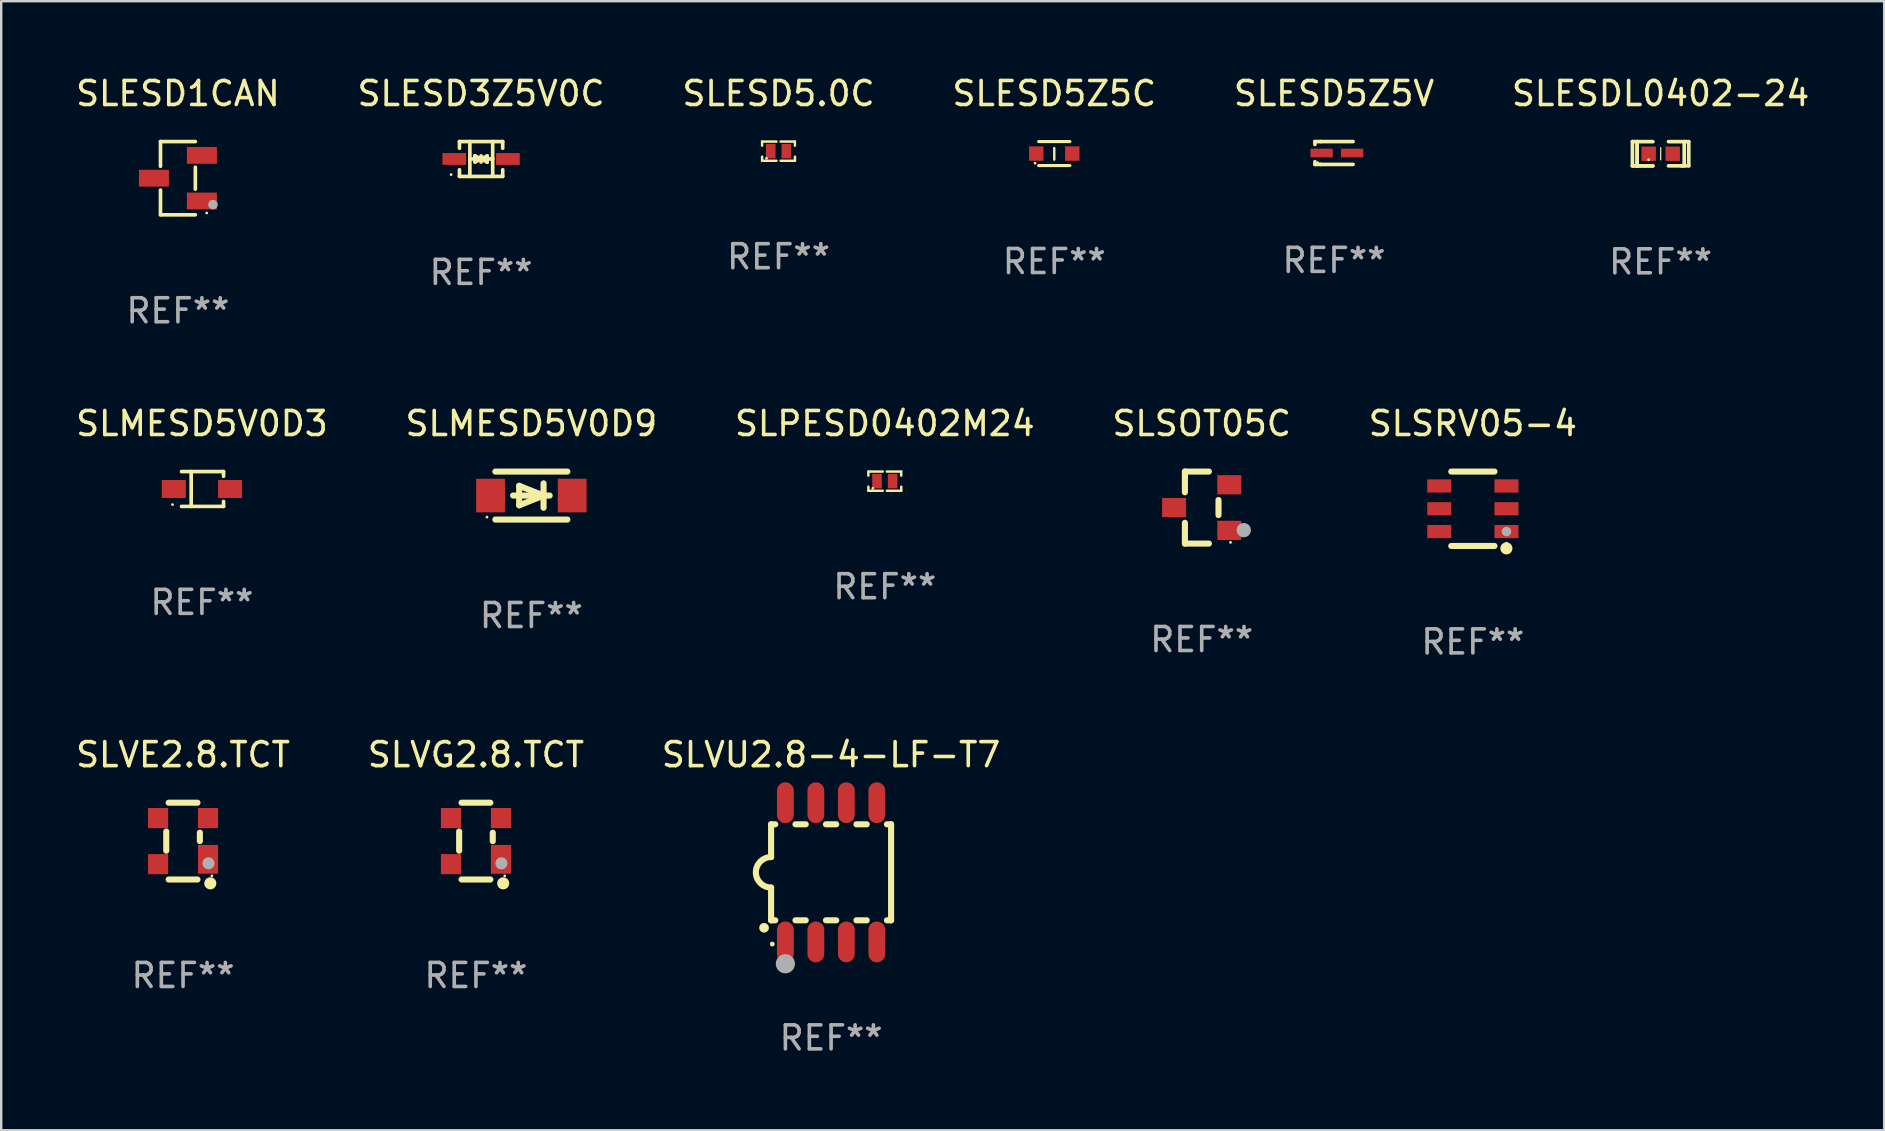
<source format=kicad_pcb>
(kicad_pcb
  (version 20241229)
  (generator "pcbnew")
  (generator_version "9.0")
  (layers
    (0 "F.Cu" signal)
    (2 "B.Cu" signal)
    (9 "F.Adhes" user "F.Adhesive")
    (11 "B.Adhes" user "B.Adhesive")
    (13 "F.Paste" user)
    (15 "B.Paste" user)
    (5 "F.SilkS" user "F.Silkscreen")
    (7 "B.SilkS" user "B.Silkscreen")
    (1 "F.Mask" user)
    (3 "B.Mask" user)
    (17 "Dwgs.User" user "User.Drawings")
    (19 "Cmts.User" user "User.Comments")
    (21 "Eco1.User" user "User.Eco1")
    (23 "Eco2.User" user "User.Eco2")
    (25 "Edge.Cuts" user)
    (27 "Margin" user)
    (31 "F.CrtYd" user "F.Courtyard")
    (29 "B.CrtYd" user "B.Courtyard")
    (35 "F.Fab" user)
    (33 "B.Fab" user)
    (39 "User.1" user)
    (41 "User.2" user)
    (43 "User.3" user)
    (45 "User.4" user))
  (footprint "SLSOT05C"
    (layer "F.Cu")
    (at 47.018 18.097)
    (property "Reference" "SLSOT05C" (at 0 -3.5 0) (layer "F.SilkS") (effects (font (size 1 1) (thickness 0.15))))
    (attr through_hole)
    (fp_line (start -0.7 -1.5) (end 0.3 -1.5) (stroke (width 0.254) (type solid)) (layer "F.SilkS"))
    (fp_line (start -0.7 -0.636) (end -0.7 -1.5) (stroke (width 0.254) (type solid)) (layer "F.SilkS"))
    (fp_line (start -0.7 1.5) (end -0.7 0.636) (stroke (width 0.254) (type solid)) (layer "F.SilkS"))
    (fp_line (start -0.7 1.5) (end 0.3 1.5) (stroke (width 0.254) (type solid)) (layer "F.SilkS"))
    (fp_line (start 0.7 0.314) (end 0.7 -0.314) (stroke (width 0.254) (type solid)) (layer "F.SilkS"))
    (fp_circle (center 1.2 1.45) (end 1.23 1.45) (stroke (width 0.06) (type solid)) (fill no) (layer "F.SilkS"))
    (fp_circle (center 1.753 0.94) (end 1.903 0.94) (stroke (width 0.3) (type solid)) (fill no) (layer "F.Fab"))
    (fp_text user "REF**" (at 0 5.5 0) (layer "F.Fab") (effects (font (size 1 1) (thickness 0.15))))
    (pad "1" smd rect (at 1.15 0.95 180) (size 1 0.8) (layers "F.Cu" "F.Mask" "F.Paste"))
    (pad "2" smd rect (at 1.15 -0.95 180) (size 1 0.8) (layers "F.Cu" "F.Mask" "F.Paste"))
    (pad "3" smd rect (at -1.15 -0.000051 180) (size 1 0.8) (layers "F.Cu" "F.Mask" "F.Paste")))
  (footprint "SLESD3Z5V0C"
    (layer "F.Cu")
    (at 16.994 3.574)
    (property "Reference" "SLESD3Z5V0C" (at 0 -2.726 0) (layer "F.SilkS") (effects (font (size 1 1) (thickness 0.15))))
    (attr through_hole)
    (fp_line (start -0.901 -0.726) (end -0.901 -0.448) (stroke (width 0.152) (type solid)) (layer "F.SilkS"))
    (fp_line (start -0.901 0.726) (end -0.901 0.448) (stroke (width 0.152) (type solid)) (layer "F.SilkS"))
    (fp_line (start -0.467 0) (end 0.483 -0.003) (stroke (width 0.154) (type solid)) (layer "F.SilkS"))
    (fp_line (start -0.467 0.726) (end -0.467 -0.726) (stroke (width 0.152) (type solid)) (layer "F.SilkS"))
    (fp_line (start -0.254 -0.127) (end -0.254 -0.127) (stroke (width 0.154) (type solid)) (layer "F.SilkS"))
    (fp_line (start -0.254 -0.127) (end -0.002 -0.003) (stroke (width 0.154) (type solid)) (layer "F.SilkS"))
    (fp_line (start -0.254 0.127) (end -0.254 -0.127) (stroke (width 0.154) (type solid)) (layer "F.SilkS"))
    (fp_line (start -0.127 0) (end 0.003 0) (stroke (width 0.154) (type solid)) (layer "F.SilkS"))
    (fp_line (start -0.003 0) (end -0.254 0.127) (stroke (width 0.154) (type solid)) (layer "F.SilkS"))
    (fp_line (start 0 -0.127) (end 0 0.127) (stroke (width 0.154) (type solid)) (layer "F.SilkS"))
    (fp_line (start 0.003 0) (end 0.254 -0.127) (stroke (width 0.154) (type solid)) (layer "F.SilkS"))
    (fp_line (start 0.127 0) (end -0.003 0) (stroke (width 0.154) (type solid)) (layer "F.SilkS"))
    (fp_line (start 0.254 -0.127) (end 0.254 0.127) (stroke (width 0.154) (type solid)) (layer "F.SilkS"))
    (fp_line (start 0.254 0.127) (end 0.002 0.003) (stroke (width 0.154) (type solid)) (layer "F.SilkS"))
    (fp_line (start 0.254 0.127) (end 0.254 0.127) (stroke (width 0.154) (type solid)) (layer "F.SilkS"))
    (fp_line (start 0.483 0.726) (end 0.483 -0.726) (stroke (width 0.152) (type solid)) (layer "F.SilkS"))
    (fp_line (start 0.901 -0.726) (end -0.901 -0.726) (stroke (width 0.152) (type solid)) (layer "F.SilkS"))
    (fp_line (start 0.901 -0.726) (end 0.901 -0.448) (stroke (width 0.152) (type solid)) (layer "F.SilkS"))
    (fp_line (start 0.901 0.726) (end -0.901 0.726) (stroke (width 0.152) (type solid)) (layer "F.SilkS"))
    (fp_line (start 0.901 0.726) (end 0.901 0.448) (stroke (width 0.152) (type solid)) (layer "F.SilkS"))
    (fp_circle (center -1.25 0.65) (end -1.22 0.65) (stroke (width 0.06) (type solid)) (fill no) (layer "F.SilkS"))
    (fp_text user "REF**" (at 0 4.726 0) (layer "F.Fab") (effects (font (size 1 1) (thickness 0.15))))
    (pad "1" smd rect (at -1.118 0) (size 0.985 0.49) (layers "F.Cu" "F.Mask" "F.Paste"))
    (pad "2" smd rect (at 1.118 0) (size 0.985 0.49) (layers "F.Cu" "F.Mask" "F.Paste")))
  (footprint "SLMESD5V0D9"
    (layer "F.Cu")
    (at 19.089 17.597)
    (property "Reference" "SLMESD5V0D9" (at 0 -3 0) (layer "F.SilkS") (effects (font (size 1 1) (thickness 0.15))))
    (attr through_hole)
    (fp_line (start -1.5 -1) (end 1.5 -1) (stroke (width 0.254) (type solid)) (layer "F.SilkS"))
    (fp_line (start -1.5 1) (end 1.5 1) (stroke (width 0.254) (type solid)) (layer "F.SilkS"))
    (fp_line (start -0.508 -0.406) (end 0.508 0) (stroke (width 0.254) (type solid)) (layer "F.SilkS"))
    (fp_line (start -0.508 0.406) (end -0.508 -0.406) (stroke (width 0.254) (type solid)) (layer "F.SilkS"))
    (fp_line (start 0.508 0) (end -0.508 0.406) (stroke (width 0.254) (type solid)) (layer "F.SilkS"))
    (fp_line (start 0.508 0.508) (end 0.508 -0.508) (stroke (width 0.254) (type solid)) (layer "F.SilkS"))
    (fp_line (start 0.762 0) (end -0.762 0) (stroke (width 0.254) (type solid)) (layer "F.SilkS"))
    (fp_circle (center -1.85 0.9) (end -1.82 0.9) (stroke (width 0.06) (type solid)) (fill no) (layer "F.SilkS"))
    (fp_text user "REF**" (at 0 5 0) (layer "F.Fab") (effects (font (size 1 1) (thickness 0.15))))
    (pad "1" smd rect (at -1.7 0) (size 1.2 1.4) (layers "F.Cu" "F.Mask" "F.Paste"))
    (pad "2" smd rect (at 1.7 0) (size 1.2 1.4) (layers "F.Cu" "F.Mask" "F.Paste")))
  (footprint "SLVU2.8-4-LF-T7"
    (layer "F.Cu")
    (at 31.577 33.294)
    (property "Reference" "SLVU2.8-4-LF-T7" (at 0 -4.9 0) (layer "F.SilkS") (effects (font (size 1 1) (thickness 0.15))))
    (attr through_hole)
    (fp_line (start -2.5 -2) (end -2.5 -0.635) (stroke (width 0.254) (type solid)) (layer "F.SilkS"))
    (fp_line (start -2.5 -2) (end -2.326 -2) (stroke (width 0.254) (type solid)) (layer "F.SilkS"))
    (fp_line (start -2.5 2) (end -2.5 0.635) (stroke (width 0.254) (type solid)) (layer "F.SilkS"))
    (fp_line (start -2.5 2) (end -2.326 2) (stroke (width 0.254) (type solid)) (layer "F.SilkS"))
    (fp_line (start -1.484 -2) (end -1.056 -2) (stroke (width 0.254) (type solid)) (layer "F.SilkS"))
    (fp_line (start -1.484 2) (end -1.056 2) (stroke (width 0.254) (type solid)) (layer "F.SilkS"))
    (fp_line (start -0.214 -2) (end 0.214 -2) (stroke (width 0.254) (type solid)) (layer "F.SilkS"))
    (fp_line (start -0.214 2) (end 0.214 2) (stroke (width 0.254) (type solid)) (layer "F.SilkS"))
    (fp_line (start 1.056 -2) (end 1.484 -2) (stroke (width 0.254) (type solid)) (layer "F.SilkS"))
    (fp_line (start 1.056 2) (end 1.484 2) (stroke (width 0.254) (type solid)) (layer "F.SilkS"))
    (fp_line (start 2.326 -2) (end 2.5 -2) (stroke (width 0.254) (type solid)) (layer "F.SilkS"))
    (fp_line (start 2.326 2) (end 2.5 2) (stroke (width 0.254) (type solid)) (layer "F.SilkS"))
    (fp_line (start 2.5 -2) (end 2.5 2) (stroke (width 0.254) (type solid)) (layer "F.SilkS"))
    (fp_arc (start -2.794006 2.311405) (mid -2.792736 2.311401) (end -2.791466 2.311405) (stroke (width 0.4) (type solid)) (layer "F.SilkS"))
    (fp_arc (start -2.5 0.635001) (mid -3.134366 -0.000318) (end -2.499365 -0.635001) (stroke (width 0.254001) (type solid)) (layer "F.SilkS"))
    (fp_circle (center -2.45 2.99) (end -2.4 2.99) (stroke (width 0.1) (type solid)) (fill no) (layer "F.SilkS"))
    (fp_circle (center -1.905 3.81) (end -1.705 3.81) (stroke (width 0.4) (type solid)) (fill no) (layer "F.Fab"))
    (fp_text user "REF**" (at 0 6.9 0) (layer "F.Fab") (effects (font (size 1 1) (thickness 0.15))))
    (pad "1" smd oval (at -1.905 2.9 180) (size 0.7 1.7) (layers "F.Cu" "F.Mask" "F.Paste"))
    (pad "2" smd oval (at -0.635 2.9 180) (size 0.7 1.7) (layers "F.Cu" "F.Mask" "F.Paste"))
    (pad "3" smd oval (at 0.635 2.9 180) (size 0.7 1.7) (layers "F.Cu" "F.Mask" "F.Paste"))
    (pad "4" smd oval (at 1.905 2.9 180) (size 0.7 1.7) (layers "F.Cu" "F.Mask" "F.Paste"))
    (pad "5" smd oval (at 1.905 -2.9 180) (size 0.7 1.7) (layers "F.Cu" "F.Mask" "F.Paste"))
    (pad "6" smd oval (at 0.635 -2.9 180) (size 0.7 1.7) (layers "F.Cu" "F.Mask" "F.Paste"))
    (pad "7" smd oval (at -0.635 -2.9 180) (size 0.7 1.7) (layers "F.Cu" "F.Mask" "F.Paste"))
    (pad "8" smd oval (at -1.905 -2.9 180) (size 0.7 1.7) (layers "F.Cu" "F.Mask" "F.Paste")))
  (footprint "SLSRV05-4"
    (layer "F.Cu")
    (at 58.315 18.147)
    (property "Reference" "SLSRV05-4" (at 0 -3.55 0) (layer "F.SilkS") (effects (font (size 1 1) (thickness 0.15))))
    (attr through_hole)
    (fp_line (start -0.9 -1.55) (end 0.9 -1.55) (stroke (width 0.254) (type solid)) (layer "F.SilkS"))
    (fp_line (start -0.9 1.55) (end 0.9 1.55) (stroke (width 0.254) (type solid)) (layer "F.SilkS"))
    (fp_circle (center 1.397 1.651) (end 1.524 1.651) (stroke (width 0.254) (type solid)) (fill no) (layer "F.SilkS"))
    (fp_circle (center 1.4 1.435) (end 1.43 1.435) (stroke (width 0.06) (type solid)) (fill no) (layer "F.SilkS"))
    (fp_circle (center 1.4 0.95) (end 1.5 0.95) (stroke (width 0.2) (type solid)) (fill no) (layer "F.Fab"))
    (fp_text user "REF**" (at 0 5.55 0) (layer "F.Fab") (effects (font (size 1 1) (thickness 0.15))))
    (pad "1" smd rect (at 1.4 0.95) (size 1 0.55) (layers "F.Cu" "F.Mask" "F.Paste"))
    (pad "2" smd rect (at 1.4 -0.000102) (size 1 0.55) (layers "F.Cu" "F.Mask" "F.Paste"))
    (pad "3" smd rect (at 1.4 -0.95) (size 1 0.55) (layers "F.Cu" "F.Mask" "F.Paste"))
    (pad "4" smd rect (at -1.4 -0.95) (size 1 0.55) (layers "F.Cu" "F.Mask" "F.Paste"))
    (pad "5" smd rect (at -1.4 -0.000102) (size 1 0.55) (layers "F.Cu" "F.Mask" "F.Paste"))
    (pad "6" smd rect (at -1.4 0.95) (size 1 0.55) (layers "F.Cu" "F.Mask" "F.Paste")))
  (footprint "SLESD1CAN"
    (layer "F.Cu")
    (at 4.363 4.374)
    (property "Reference" "SLESD1CAN" (at 0 -3.526 0) (layer "F.SilkS") (effects (font (size 1 1) (thickness 0.15))))
    (attr through_hole)
    (fp_line (start -0.726 -1.526) (end -0.726 -0.495) (stroke (width 0.152) (type solid)) (layer "F.SilkS"))
    (fp_line (start -0.726 1.526) (end -0.726 0.495) (stroke (width 0.152) (type solid)) (layer "F.SilkS"))
    (fp_line (start 0.726 -1.526) (end -0.726 -1.526) (stroke (width 0.152) (type solid)) (layer "F.SilkS"))
    (fp_line (start 0.726 -0.455) (end 0.726 0.455) (stroke (width 0.152) (type solid)) (layer "F.SilkS"))
    (fp_line (start 0.726 1.526) (end -0.726 1.526) (stroke (width 0.152) (type solid)) (layer "F.SilkS"))
    (fp_circle (center 1.2 1.45) (end 1.23 1.45) (stroke (width 0.06) (type solid)) (fill no) (layer "F.SilkS"))
    (fp_circle (center 1.46 1.1) (end 1.56 1.1) (stroke (width 0.2) (type solid)) (fill no) (layer "F.Fab"))
    (fp_text user "REF**" (at 0 5.526 0) (layer "F.Fab") (effects (font (size 1 1) (thickness 0.15))))
    (pad "1" smd rect (at 1 0.95) (size 1.25 0.7) (layers "F.Cu" "F.Mask" "F.Paste"))
    (pad "2" smd rect (at 1 -0.95) (size 1.25 0.7) (layers "F.Cu" "F.Mask" "F.Paste"))
    (pad "3" smd rect (at -1 0) (size 1.25 0.7) (layers "F.Cu" "F.Mask" "F.Paste")))
  (footprint "SLESD5Z5V"
    (layer "F.Cu")
    (at 52.53 3.324)
    (property "Reference" "SLESD5Z5V" (at 0 -2.476 0) (layer "F.SilkS") (effects (font (size 1 1) (thickness 0.15))))
    (attr through_hole)
    (fp_line (start -0.795 -0.476) (end -0.795 -0.356) (stroke (width 0.152) (type solid)) (layer "F.SilkS"))
    (fp_line (start -0.795 0.363) (end -0.795 0.476) (stroke (width 0.152) (type solid)) (layer "F.SilkS"))
    (fp_line (start -0.795 0.476) (end -0.557 0.476) (stroke (width 0.152) (type solid)) (layer "F.SilkS"))
    (fp_line (start -0.557 -0.476) (end -0.795 -0.476) (stroke (width 0.152) (type solid)) (layer "F.SilkS"))
    (fp_line (start -0.557 -0.476) (end 0.795 -0.476) (stroke (width 0.152) (type solid)) (layer "F.SilkS"))
    (fp_line (start -0.557 0.476) (end 0.795 0.476) (stroke (width 0.152) (type solid)) (layer "F.SilkS"))
    (fp_circle (center -0.681 0.4) (end -0.651 0.4) (stroke (width 0.06) (type solid)) (fill no) (layer "F.SilkS"))
    (fp_text user "REF**" (at 0 4.476 0) (layer "F.Fab") (effects (font (size 1 1) (thickness 0.15))))
    (pad "1" smd rect (at -0.516 0 180) (size 0.93 0.36) (layers "F.Cu" "F.Mask" "F.Paste"))
    (pad "2" smd rect (at 0.754 0 180) (size 0.93 0.36) (layers "F.Cu" "F.Mask" "F.Paste")))
  (footprint "SLESDL0402-24"
    (layer "F.Cu")
    (at 66.137 3.354)
    (property "Reference" "SLESDL0402-24" (at 0 -2.506 0) (layer "F.SilkS") (effects (font (size 1 1) (thickness 0.15))))
    (attr through_hole)
    (fp_line (start -1.174 -0.506) (end -0.977 -0.502) (stroke (width 0.152) (type solid)) (layer "F.SilkS"))
    (fp_line (start -1.174 0.506) (end -1.174 -0.506) (stroke (width 0.152) (type solid)) (layer "F.SilkS"))
    (fp_line (start -0.977 -0.502) (end -0.977 0.506) (stroke (width 0.152) (type solid)) (layer "F.SilkS"))
    (fp_line (start -0.977 -0.502) (end -0.977 0.506) (stroke (width 0.152) (type solid)) (layer "F.SilkS"))
    (fp_line (start -0.977 0.506) (end -1.166 0.506) (stroke (width 0.152) (type solid)) (layer "F.SilkS"))
    (fp_line (start -0.977 0.506) (end -0.32 0.506) (stroke (width 0.152) (type solid)) (layer "F.SilkS"))
    (fp_line (start -0.977 0.506) (end -0.32 0.506) (stroke (width 0.152) (type solid)) (layer "F.SilkS"))
    (fp_line (start -0.971 0.506) (end -1.174 0.506) (stroke (width 0.152) (type solid)) (layer "F.SilkS"))
    (fp_line (start -0.32 -0.502) (end -0.977 -0.502) (stroke (width 0.152) (type solid)) (layer "F.SilkS"))
    (fp_line (start 0.004 -0.252) (end 0.004 0.256) (stroke (width 0.051) (type solid)) (layer "F.SilkS"))
    (fp_line (start 0.328 0.506) (end 0.985 0.506) (stroke (width 0.152) (type solid)) (layer "F.SilkS"))
    (fp_line (start 0.985 -0.502) (end 0.328 -0.502) (stroke (width 0.152) (type solid)) (layer "F.SilkS"))
    (fp_line (start 0.985 -0.502) (end 1.174 -0.502) (stroke (width 0.152) (type solid)) (layer "F.SilkS"))
    (fp_line (start 0.985 0.506) (end 0.985 -0.502) (stroke (width 0.152) (type solid)) (layer "F.SilkS"))
    (fp_line (start 1.174 -0.502) (end 1.174 0.502) (stroke (width 0.152) (type solid)) (layer "F.SilkS"))
    (fp_line (start 1.174 0.502) (end 0.851 0.502) (stroke (width 0.152) (type solid)) (layer "F.SilkS"))
    (fp_circle (center -0.497 0.253) (end -0.467 0.253) (stroke (width 0.06) (type solid)) (fill no) (layer "F.SilkS"))
    (fp_text user "REF**" (at 0 4.506 0) (layer "F.Fab") (effects (font (size 1 1) (thickness 0.15))))
    (pad "1" smd rect (at -0.496 0.002) (size 0.6 0.6) (layers "F.Cu" "F.Mask" "F.Paste"))
    (pad "2" smd rect (at 0.504 0.002) (size 0.6 0.6) (layers "F.Cu" "F.Mask" "F.Paste")))
  (footprint "SLESD5.0C"
    (layer "F.Cu")
    (at 29.387 3.248)
    (property "Reference" "SLESD5.0C" (at 0 -2.4 0) (layer "F.SilkS") (effects (font (size 1 1) (thickness 0.15))))
    (attr through_hole)
    (fp_line (start -0.685 -0.4) (end -0.685 -0.23) (stroke (width 0.102) (type solid)) (layer "F.SilkS"))
    (fp_line (start -0.685 0.4) (end -0.685 0.23) (stroke (width 0.102) (type solid)) (layer "F.SilkS"))
    (fp_line (start -0.085 -0.4) (end -0.685 -0.4) (stroke (width 0.102) (type solid)) (layer "F.SilkS"))
    (fp_line (start -0.085 0.4) (end -0.685 0.4) (stroke (width 0.102) (type solid)) (layer "F.SilkS"))
    (fp_line (start 0.082 -0.4) (end 0.682 -0.4) (stroke (width 0.102) (type solid)) (layer "F.SilkS"))
    (fp_line (start 0.085 0.4) (end 0.685 0.4) (stroke (width 0.102) (type solid)) (layer "F.SilkS"))
    (fp_line (start 0.682 -0.4) (end 0.682 -0.23) (stroke (width 0.102) (type solid)) (layer "F.SilkS"))
    (fp_line (start 0.685 0.4) (end 0.685 0.23) (stroke (width 0.102) (type solid)) (layer "F.SilkS"))
    (fp_circle (center -0.5 0.3) (end -0.47 0.3) (stroke (width 0.06) (type solid)) (fill no) (layer "F.SilkS"))
    (fp_text user "REF**" (at 0 4.4 0) (layer "F.Fab") (effects (font (size 1 1) (thickness 0.15))))
    (pad "1" smd rect (at -0.325 0) (size 0.4 0.6) (layers "F.Cu" "F.Mask" "F.Paste"))
    (pad "2" smd rect (at 0.325 0) (size 0.4 0.6) (layers "F.Cu" "F.Mask" "F.Paste")))
  (footprint "SLVE2.8.TCT"
    (layer "F.Cu")
    (at 4.577 31.994)
    (property "Reference" "SLVE2.8.TCT" (at 0 -3.6 0) (layer "F.SilkS") (effects (font (size 1 1) (thickness 0.15))))
    (attr through_hole)
    (fp_line (start -0.7 -0.4) (end -0.7 0.4) (stroke (width 0.254) (type solid)) (layer "F.SilkS"))
    (fp_line (start -0.6 -1.6) (end 0.6 -1.6) (stroke (width 0.254) (type solid)) (layer "F.SilkS"))
    (fp_line (start 0.6 1.6) (end -0.6 1.6) (stroke (width 0.254) (type solid)) (layer "F.SilkS"))
    (fp_line (start 0.7 -0.35) (end 0.7 0) (stroke (width 0.254) (type solid)) (layer "F.SilkS"))
    (fp_circle (center 1.135 1.76) (end 1.262 1.76) (stroke (width 0.254) (type solid)) (fill no) (layer "F.SilkS"))
    (fp_circle (center 1.2 1.45) (end 1.23 1.45) (stroke (width 0.06) (type solid)) (fill no) (layer "F.SilkS"))
    (fp_circle (center 1.06 0.925) (end 1.187 0.925) (stroke (width 0.254) (type solid)) (fill no) (layer "F.Fab"))
    (fp_text user "REF**" (at 0 5.6 0) (layer "F.Fab") (effects (font (size 1 1) (thickness 0.15))))
    (pad "1" smd rect (at 1.041 0.76 90) (size 1.2 0.838) (layers "F.Cu" "F.Mask" "F.Paste"))
    (pad "2" smd rect (at 1.041 -0.96 90) (size 0.838 0.838) (layers "F.Cu" "F.Mask" "F.Paste"))
    (pad "3" smd rect (at -1.041 -0.96 90) (size 0.838 0.838) (layers "F.Cu" "F.Mask" "F.Paste"))
    (pad "4" smd rect (at -1.041 0.96 90) (size 0.838 0.838) (layers "F.Cu" "F.Mask" "F.Paste")))
  (footprint "SLVG2.8.TCT"
    (layer "F.Cu")
    (at 16.78 31.994)
    (property "Reference" "SLVG2.8.TCT" (at 0 -3.6 0) (layer "F.SilkS") (effects (font (size 1 1) (thickness 0.15))))
    (attr through_hole)
    (fp_line (start -0.7 -0.4) (end -0.7 0.4) (stroke (width 0.254) (type solid)) (layer "F.SilkS"))
    (fp_line (start -0.6 -1.6) (end 0.6 -1.6) (stroke (width 0.254) (type solid)) (layer "F.SilkS"))
    (fp_line (start 0.6 1.6) (end -0.6 1.6) (stroke (width 0.254) (type solid)) (layer "F.SilkS"))
    (fp_line (start 0.7 -0.35) (end 0.7 0) (stroke (width 0.254) (type solid)) (layer "F.SilkS"))
    (fp_circle (center 1.135 1.76) (end 1.262 1.76) (stroke (width 0.254) (type solid)) (fill no) (layer "F.SilkS"))
    (fp_circle (center 1.2 1.45) (end 1.23 1.45) (stroke (width 0.06) (type solid)) (fill no) (layer "F.SilkS"))
    (fp_circle (center 1.06 0.925) (end 1.187 0.925) (stroke (width 0.254) (type solid)) (fill no) (layer "F.Fab"))
    (fp_text user "REF**" (at 0 5.6 0) (layer "F.Fab") (effects (font (size 1 1) (thickness 0.15))))
    (pad "1" smd rect (at 1.041 0.76 90) (size 1.2 0.838) (layers "F.Cu" "F.Mask" "F.Paste"))
    (pad "2" smd rect (at 1.041 -0.96 90) (size 0.838 0.838) (layers "F.Cu" "F.Mask" "F.Paste"))
    (pad "3" smd rect (at -1.041 -0.96 90) (size 0.838 0.838) (layers "F.Cu" "F.Mask" "F.Paste"))
    (pad "4" smd rect (at -1.041 0.96 90) (size 0.838 0.838) (layers "F.Cu" "F.Mask" "F.Paste")))
  (footprint "SLPESD0402M24"
    (layer "F.Cu")
    (at 33.815 16.997)
    (property "Reference" "SLPESD0402M24" (at 0 -2.4 0) (layer "F.SilkS") (effects (font (size 1 1) (thickness 0.15))))
    (attr through_hole)
    (fp_line (start -0.685 -0.4) (end -0.685 -0.23) (stroke (width 0.102) (type solid)) (layer "F.SilkS"))
    (fp_line (start -0.685 0.4) (end -0.685 0.23) (stroke (width 0.102) (type solid)) (layer "F.SilkS"))
    (fp_line (start -0.085 -0.4) (end -0.685 -0.4) (stroke (width 0.102) (type solid)) (layer "F.SilkS"))
    (fp_line (start -0.085 0.4) (end -0.685 0.4) (stroke (width 0.102) (type solid)) (layer "F.SilkS"))
    (fp_line (start 0.082 -0.4) (end 0.682 -0.4) (stroke (width 0.102) (type solid)) (layer "F.SilkS"))
    (fp_line (start 0.085 0.4) (end 0.685 0.4) (stroke (width 0.102) (type solid)) (layer "F.SilkS"))
    (fp_line (start 0.682 -0.4) (end 0.682 -0.23) (stroke (width 0.102) (type solid)) (layer "F.SilkS"))
    (fp_line (start 0.685 0.4) (end 0.685 0.23) (stroke (width 0.102) (type solid)) (layer "F.SilkS"))
    (fp_circle (center -0.5 0.3) (end -0.47 0.3) (stroke (width 0.06) (type solid)) (fill no) (layer "F.SilkS"))
    (fp_text user "REF**" (at 0 4.4 0) (layer "F.Fab") (effects (font (size 1 1) (thickness 0.15))))
    (pad "1" smd rect (at -0.325 0) (size 0.4 0.6) (layers "F.Cu" "F.Mask" "F.Paste"))
    (pad "2" smd rect (at 0.325 0) (size 0.4 0.6) (layers "F.Cu" "F.Mask" "F.Paste")))
  (footprint "SLESD5Z5C"
    (layer "F.Cu")
    (at 40.875 3.348)
    (property "Reference" "SLESD5Z5C" (at 0 -2.5 0) (layer "F.SilkS") (effects (font (size 1 1) (thickness 0.15))))
    (attr through_hole)
    (fp_line (start -0.65 -0.5) (end 0.65 -0.5) (stroke (width 0.13) (type solid)) (layer "F.SilkS"))
    (fp_line (start -0.65 0.5) (end 0.65 0.5) (stroke (width 0.13) (type solid)) (layer "F.SilkS"))
    (fp_line (start 0 -0.229) (end 0 0.254) (stroke (width 0.1) (type solid)) (layer "F.SilkS"))
    (fp_circle (center -0.8 0.4) (end -0.77 0.4) (stroke (width 0.06) (type solid)) (fill no) (layer "F.SilkS"))
    (fp_text user "REF**" (at 0 4.5 0) (layer "F.Fab") (effects (font (size 1 1) (thickness 0.15))))
    (pad "1" smd rect (at -0.75 0) (size 0.6 0.6) (layers "F.Cu" "F.Mask" "F.Paste"))
    (pad "2" smd rect (at 0.75 0 180) (size 0.6 0.6) (layers "F.Cu" "F.Mask" "F.Paste")))
  (footprint "SLMESD5V0D3"
    (layer "F.Cu")
    (at 5.363 17.323)
    (property "Reference" "SLMESD5V0D3" (at 0 -2.726 0) (layer "F.SilkS") (effects (font (size 1 1) (thickness 0.15))))
    (attr through_hole)
    (fp_line (start -0.851 -0.726) (end 0.901 -0.726) (stroke (width 0.152) (type solid)) (layer "F.SilkS"))
    (fp_line (start -0.851 0.726) (end 0.901 0.726) (stroke (width 0.152) (type solid)) (layer "F.SilkS"))
    (fp_line (start -0.447 -0.726) (end -0.447 0.726) (stroke (width 0.152) (type solid)) (layer "F.SilkS"))
    (fp_line (start 0.901 -0.726) (end 0.901 -0.53) (stroke (width 0.152) (type solid)) (layer "F.SilkS"))
    (fp_line (start 0.901 0.726) (end 0.901 0.52) (stroke (width 0.152) (type solid)) (layer "F.SilkS"))
    (fp_circle (center -1.225 0.65) (end -1.195 0.65) (stroke (width 0.06) (type solid)) (fill no) (layer "F.SilkS"))
    (fp_text user "REF**" (at 0 4.726 0) (layer "F.Fab") (effects (font (size 1 1) (thickness 0.15))))
    (pad "1" smd rect (at -1.173 0) (size 1 0.75) (layers "F.Cu" "F.Mask" "F.Paste"))
    (pad "2" smd rect (at 1.173 0) (size 1 0.75) (layers "F.Cu" "F.Mask" "F.Paste")))
  (gr_rect
    (start -3 -3)
    (end 75.452 44.042)
    (stroke (width 0.1) (type default))
    (fill no)
    (layer "Edge.Cuts")))
</source>
